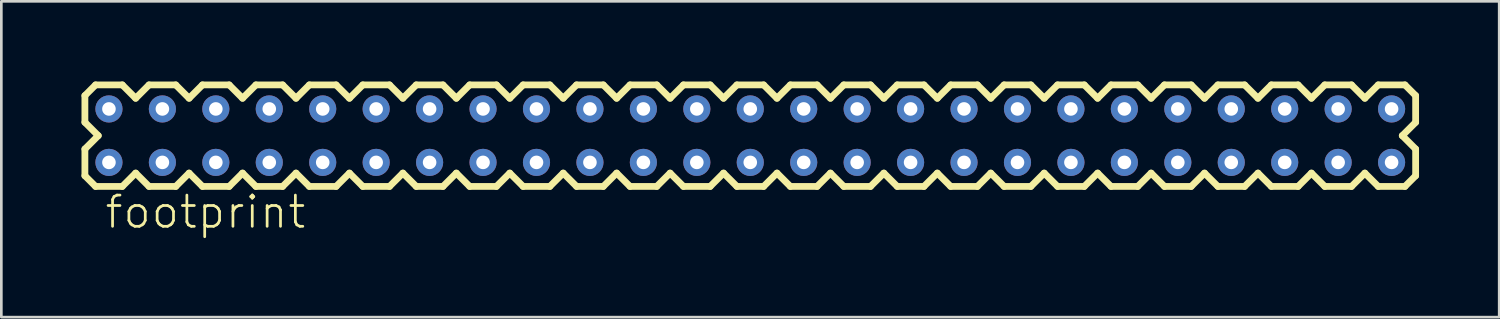
<source format=kicad_pcb>
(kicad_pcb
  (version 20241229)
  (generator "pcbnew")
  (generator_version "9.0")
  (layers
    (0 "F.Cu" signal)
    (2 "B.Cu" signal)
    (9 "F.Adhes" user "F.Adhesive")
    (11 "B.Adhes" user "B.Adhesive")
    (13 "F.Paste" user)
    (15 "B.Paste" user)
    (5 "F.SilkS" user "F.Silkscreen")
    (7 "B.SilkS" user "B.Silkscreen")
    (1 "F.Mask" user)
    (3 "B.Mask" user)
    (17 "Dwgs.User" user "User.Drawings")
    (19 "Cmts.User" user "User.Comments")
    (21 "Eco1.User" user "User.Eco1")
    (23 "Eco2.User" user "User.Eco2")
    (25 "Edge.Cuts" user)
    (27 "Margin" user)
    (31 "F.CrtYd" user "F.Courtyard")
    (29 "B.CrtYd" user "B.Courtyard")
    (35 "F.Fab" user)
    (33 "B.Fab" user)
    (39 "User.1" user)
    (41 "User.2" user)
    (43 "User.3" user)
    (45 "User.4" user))
  (footprint "footprint"
    (layer "F.Cu")
    (at 25.027 2.027)
    (property "Reference" "footprint" (at -24.21 3.54 0) (layer "F.SilkS") (effects (font (size 1.168 1.168) (thickness 0.102)) (justify left bottom)))
    (fp_line (start -24.9 -1.5) (end -24.9 -0.5) (stroke (width 0.254) (type solid)) (layer "F.SilkS"))
    (fp_line (start -24.9 -0.5) (end -24.4 0) (stroke (width 0.254) (type solid)) (layer "F.SilkS"))
    (fp_line (start -24.9 0.5) (end -24.9 1.5) (stroke (width 0.254) (type solid)) (layer "F.SilkS"))
    (fp_line (start -24.9 1.5) (end -24.5 1.9) (stroke (width 0.254) (type solid)) (layer "F.SilkS"))
    (fp_line (start -24.5 -1.9) (end -24.9 -1.5) (stroke (width 0.254) (type solid)) (layer "F.SilkS"))
    (fp_line (start -24.5 1.9) (end -23.5 1.9) (stroke (width 0.254) (type solid)) (layer "F.SilkS"))
    (fp_line (start -24.4 0) (end -24.9 0.5) (stroke (width 0.254) (type solid)) (layer "F.SilkS"))
    (fp_line (start -23.5 -1.9) (end -24.5 -1.9) (stroke (width 0.254) (type solid)) (layer "F.SilkS"))
    (fp_line (start -23.5 1.9) (end -23 1.4) (stroke (width 0.254) (type solid)) (layer "F.SilkS"))
    (fp_line (start -23 -1.4) (end -23.5 -1.9) (stroke (width 0.254) (type solid)) (layer "F.SilkS"))
    (fp_line (start -23 1.4) (end -22.5 1.9) (stroke (width 0.254) (type solid)) (layer "F.SilkS"))
    (fp_line (start -22.5 -1.9) (end -23 -1.4) (stroke (width 0.254) (type solid)) (layer "F.SilkS"))
    (fp_line (start -22.5 1.9) (end -21.5 1.9) (stroke (width 0.254) (type solid)) (layer "F.SilkS"))
    (fp_line (start -21.5 -1.9) (end -22.5 -1.9) (stroke (width 0.254) (type solid)) (layer "F.SilkS"))
    (fp_line (start -21.5 1.9) (end -21 1.4) (stroke (width 0.254) (type solid)) (layer "F.SilkS"))
    (fp_line (start -21 -1.4) (end -21.5 -1.9) (stroke (width 0.254) (type solid)) (layer "F.SilkS"))
    (fp_line (start -21 1.4) (end -20.5 1.9) (stroke (width 0.254) (type solid)) (layer "F.SilkS"))
    (fp_line (start -20.5 -1.9) (end -21 -1.4) (stroke (width 0.254) (type solid)) (layer "F.SilkS"))
    (fp_line (start -20.5 1.9) (end -19.5 1.9) (stroke (width 0.254) (type solid)) (layer "F.SilkS"))
    (fp_line (start -19.5 -1.9) (end -20.5 -1.9) (stroke (width 0.254) (type solid)) (layer "F.SilkS"))
    (fp_line (start -19.5 1.9) (end -19 1.4) (stroke (width 0.254) (type solid)) (layer "F.SilkS"))
    (fp_line (start -19 -1.4) (end -19.5 -1.9) (stroke (width 0.254) (type solid)) (layer "F.SilkS"))
    (fp_line (start -19 1.4) (end -18.5 1.9) (stroke (width 0.254) (type solid)) (layer "F.SilkS"))
    (fp_line (start -18.5 -1.9) (end -19 -1.4) (stroke (width 0.254) (type solid)) (layer "F.SilkS"))
    (fp_line (start -18.5 1.9) (end -17.5 1.9) (stroke (width 0.254) (type solid)) (layer "F.SilkS"))
    (fp_line (start -17.5 -1.9) (end -18.5 -1.9) (stroke (width 0.254) (type solid)) (layer "F.SilkS"))
    (fp_line (start -17.5 1.9) (end -17 1.4) (stroke (width 0.254) (type solid)) (layer "F.SilkS"))
    (fp_line (start -17 -1.4) (end -17.5 -1.9) (stroke (width 0.254) (type solid)) (layer "F.SilkS"))
    (fp_line (start -17 1.4) (end -16.5 1.9) (stroke (width 0.254) (type solid)) (layer "F.SilkS"))
    (fp_line (start -16.5 -1.9) (end -17 -1.4) (stroke (width 0.254) (type solid)) (layer "F.SilkS"))
    (fp_line (start -16.5 1.9) (end -15.5 1.9) (stroke (width 0.254) (type solid)) (layer "F.SilkS"))
    (fp_line (start -15.5 -1.9) (end -16.5 -1.9) (stroke (width 0.254) (type solid)) (layer "F.SilkS"))
    (fp_line (start -15.5 1.9) (end -15 1.4) (stroke (width 0.254) (type solid)) (layer "F.SilkS"))
    (fp_line (start -15 -1.4) (end -15.5 -1.9) (stroke (width 0.254) (type solid)) (layer "F.SilkS"))
    (fp_line (start -15 1.4) (end -14.5 1.9) (stroke (width 0.254) (type solid)) (layer "F.SilkS"))
    (fp_line (start -14.5 -1.9) (end -15 -1.4) (stroke (width 0.254) (type solid)) (layer "F.SilkS"))
    (fp_line (start -14.5 1.9) (end -13.5 1.9) (stroke (width 0.254) (type solid)) (layer "F.SilkS"))
    (fp_line (start -13.5 -1.9) (end -14.5 -1.9) (stroke (width 0.254) (type solid)) (layer "F.SilkS"))
    (fp_line (start -13.5 1.9) (end -13 1.4) (stroke (width 0.254) (type solid)) (layer "F.SilkS"))
    (fp_line (start -13 -1.4) (end -13.5 -1.9) (stroke (width 0.254) (type solid)) (layer "F.SilkS"))
    (fp_line (start -13 1.4) (end -12.5 1.9) (stroke (width 0.254) (type solid)) (layer "F.SilkS"))
    (fp_line (start -12.5 -1.9) (end -13 -1.4) (stroke (width 0.254) (type solid)) (layer "F.SilkS"))
    (fp_line (start -12.5 1.9) (end -11.5 1.9) (stroke (width 0.254) (type solid)) (layer "F.SilkS"))
    (fp_line (start -11.5 -1.9) (end -12.5 -1.9) (stroke (width 0.254) (type solid)) (layer "F.SilkS"))
    (fp_line (start -11.5 1.9) (end -11 1.4) (stroke (width 0.254) (type solid)) (layer "F.SilkS"))
    (fp_line (start -11 -1.4) (end -11.5 -1.9) (stroke (width 0.254) (type solid)) (layer "F.SilkS"))
    (fp_line (start -11 1.4) (end -10.5 1.9) (stroke (width 0.254) (type solid)) (layer "F.SilkS"))
    (fp_line (start -10.5 -1.9) (end -11 -1.4) (stroke (width 0.254) (type solid)) (layer "F.SilkS"))
    (fp_line (start -10.5 1.9) (end -9.5 1.9) (stroke (width 0.254) (type solid)) (layer "F.SilkS"))
    (fp_line (start -9.5 -1.9) (end -10.5 -1.9) (stroke (width 0.254) (type solid)) (layer "F.SilkS"))
    (fp_line (start -9.5 1.9) (end -9 1.4) (stroke (width 0.254) (type solid)) (layer "F.SilkS"))
    (fp_line (start -9 -1.4) (end -9.5 -1.9) (stroke (width 0.254) (type solid)) (layer "F.SilkS"))
    (fp_line (start -9 1.4) (end -8.5 1.9) (stroke (width 0.254) (type solid)) (layer "F.SilkS"))
    (fp_line (start -8.5 -1.9) (end -9 -1.4) (stroke (width 0.254) (type solid)) (layer "F.SilkS"))
    (fp_line (start -8.5 1.9) (end -7.5 1.9) (stroke (width 0.254) (type solid)) (layer "F.SilkS"))
    (fp_line (start -7.5 -1.9) (end -8.5 -1.9) (stroke (width 0.254) (type solid)) (layer "F.SilkS"))
    (fp_line (start -7.5 1.9) (end -7 1.4) (stroke (width 0.254) (type solid)) (layer "F.SilkS"))
    (fp_line (start -7 -1.4) (end -7.5 -1.9) (stroke (width 0.254) (type solid)) (layer "F.SilkS"))
    (fp_line (start -7 1.4) (end -6.5 1.9) (stroke (width 0.254) (type solid)) (layer "F.SilkS"))
    (fp_line (start -6.5 -1.9) (end -7 -1.4) (stroke (width 0.254) (type solid)) (layer "F.SilkS"))
    (fp_line (start -6.5 1.9) (end -5.5 1.9) (stroke (width 0.254) (type solid)) (layer "F.SilkS"))
    (fp_line (start -5.5 -1.9) (end -6.5 -1.9) (stroke (width 0.254) (type solid)) (layer "F.SilkS"))
    (fp_line (start -5.5 1.9) (end -5 1.4) (stroke (width 0.254) (type solid)) (layer "F.SilkS"))
    (fp_line (start -5 -1.4) (end -5.5 -1.9) (stroke (width 0.254) (type solid)) (layer "F.SilkS"))
    (fp_line (start -5 1.4) (end -4.5 1.9) (stroke (width 0.254) (type solid)) (layer "F.SilkS"))
    (fp_line (start -4.5 -1.9) (end -5 -1.4) (stroke (width 0.254) (type solid)) (layer "F.SilkS"))
    (fp_line (start -4.5 1.9) (end -3.5 1.9) (stroke (width 0.254) (type solid)) (layer "F.SilkS"))
    (fp_line (start -3.5 -1.9) (end -4.5 -1.9) (stroke (width 0.254) (type solid)) (layer "F.SilkS"))
    (fp_line (start -3.5 1.9) (end -3 1.4) (stroke (width 0.254) (type solid)) (layer "F.SilkS"))
    (fp_line (start -3 -1.4) (end -3.5 -1.9) (stroke (width 0.254) (type solid)) (layer "F.SilkS"))
    (fp_line (start -3 1.4) (end -2.5 1.9) (stroke (width 0.254) (type solid)) (layer "F.SilkS"))
    (fp_line (start -2.5 -1.9) (end -3 -1.4) (stroke (width 0.254) (type solid)) (layer "F.SilkS"))
    (fp_line (start -2.5 1.9) (end -1.5 1.9) (stroke (width 0.254) (type solid)) (layer "F.SilkS"))
    (fp_line (start -1.5 -1.9) (end -2.5 -1.9) (stroke (width 0.254) (type solid)) (layer "F.SilkS"))
    (fp_line (start -1.5 1.9) (end -1 1.4) (stroke (width 0.254) (type solid)) (layer "F.SilkS"))
    (fp_line (start -1 -1.4) (end -1.5 -1.9) (stroke (width 0.254) (type solid)) (layer "F.SilkS"))
    (fp_line (start -1 1.4) (end -0.5 1.9) (stroke (width 0.254) (type solid)) (layer "F.SilkS"))
    (fp_line (start -0.5 -1.9) (end -1 -1.4) (stroke (width 0.254) (type solid)) (layer "F.SilkS"))
    (fp_line (start -0.5 1.9) (end 0.5 1.9) (stroke (width 0.254) (type solid)) (layer "F.SilkS"))
    (fp_line (start 0.5 -1.9) (end -0.5 -1.9) (stroke (width 0.254) (type solid)) (layer "F.SilkS"))
    (fp_line (start 0.5 1.9) (end 1 1.4) (stroke (width 0.254) (type solid)) (layer "F.SilkS"))
    (fp_line (start 1 -1.4) (end 0.5 -1.9) (stroke (width 0.254) (type solid)) (layer "F.SilkS"))
    (fp_line (start 1 1.4) (end 1.5 1.9) (stroke (width 0.254) (type solid)) (layer "F.SilkS"))
    (fp_line (start 1.5 -1.9) (end 1 -1.4) (stroke (width 0.254) (type solid)) (layer "F.SilkS"))
    (fp_line (start 1.5 1.9) (end 2.5 1.9) (stroke (width 0.254) (type solid)) (layer "F.SilkS"))
    (fp_line (start 2.5 -1.9) (end 1.5 -1.9) (stroke (width 0.254) (type solid)) (layer "F.SilkS"))
    (fp_line (start 2.5 1.9) (end 3 1.4) (stroke (width 0.254) (type solid)) (layer "F.SilkS"))
    (fp_line (start 3 -1.4) (end 2.5 -1.9) (stroke (width 0.254) (type solid)) (layer "F.SilkS"))
    (fp_line (start 3 1.4) (end 3.5 1.9) (stroke (width 0.254) (type solid)) (layer "F.SilkS"))
    (fp_line (start 3.5 -1.9) (end 3 -1.4) (stroke (width 0.254) (type solid)) (layer "F.SilkS"))
    (fp_line (start 3.5 1.9) (end 4.5 1.9) (stroke (width 0.254) (type solid)) (layer "F.SilkS"))
    (fp_line (start 4.5 -1.9) (end 3.5 -1.9) (stroke (width 0.254) (type solid)) (layer "F.SilkS"))
    (fp_line (start 4.5 1.9) (end 5 1.4) (stroke (width 0.254) (type solid)) (layer "F.SilkS"))
    (fp_line (start 5 -1.4) (end 4.5 -1.9) (stroke (width 0.254) (type solid)) (layer "F.SilkS"))
    (fp_line (start 5 1.4) (end 5.5 1.9) (stroke (width 0.254) (type solid)) (layer "F.SilkS"))
    (fp_line (start 5.5 -1.9) (end 5 -1.4) (stroke (width 0.254) (type solid)) (layer "F.SilkS"))
    (fp_line (start 5.5 1.9) (end 6.5 1.9) (stroke (width 0.254) (type solid)) (layer "F.SilkS"))
    (fp_line (start 6.5 -1.9) (end 5.5 -1.9) (stroke (width 0.254) (type solid)) (layer "F.SilkS"))
    (fp_line (start 6.5 1.9) (end 7 1.4) (stroke (width 0.254) (type solid)) (layer "F.SilkS"))
    (fp_line (start 7 -1.4) (end 6.5 -1.9) (stroke (width 0.254) (type solid)) (layer "F.SilkS"))
    (fp_line (start 7 1.4) (end 7.5 1.9) (stroke (width 0.254) (type solid)) (layer "F.SilkS"))
    (fp_line (start 7.5 -1.9) (end 7 -1.4) (stroke (width 0.254) (type solid)) (layer "F.SilkS"))
    (fp_line (start 7.5 1.9) (end 8.5 1.9) (stroke (width 0.254) (type solid)) (layer "F.SilkS"))
    (fp_line (start 8.5 -1.9) (end 7.5 -1.9) (stroke (width 0.254) (type solid)) (layer "F.SilkS"))
    (fp_line (start 8.5 1.9) (end 9 1.4) (stroke (width 0.254) (type solid)) (layer "F.SilkS"))
    (fp_line (start 9 -1.4) (end 8.5 -1.9) (stroke (width 0.254) (type solid)) (layer "F.SilkS"))
    (fp_line (start 9 1.4) (end 9.5 1.9) (stroke (width 0.254) (type solid)) (layer "F.SilkS"))
    (fp_line (start 9.5 -1.9) (end 9 -1.4) (stroke (width 0.254) (type solid)) (layer "F.SilkS"))
    (fp_line (start 9.5 1.9) (end 10.5 1.9) (stroke (width 0.254) (type solid)) (layer "F.SilkS"))
    (fp_line (start 10.5 -1.9) (end 9.5 -1.9) (stroke (width 0.254) (type solid)) (layer "F.SilkS"))
    (fp_line (start 10.5 1.9) (end 11 1.4) (stroke (width 0.254) (type solid)) (layer "F.SilkS"))
    (fp_line (start 11 -1.4) (end 10.5 -1.9) (stroke (width 0.254) (type solid)) (layer "F.SilkS"))
    (fp_line (start 11 1.4) (end 11.5 1.9) (stroke (width 0.254) (type solid)) (layer "F.SilkS"))
    (fp_line (start 11.5 -1.9) (end 11 -1.4) (stroke (width 0.254) (type solid)) (layer "F.SilkS"))
    (fp_line (start 11.5 1.9) (end 12.5 1.9) (stroke (width 0.254) (type solid)) (layer "F.SilkS"))
    (fp_line (start 12.5 -1.9) (end 11.5 -1.9) (stroke (width 0.254) (type solid)) (layer "F.SilkS"))
    (fp_line (start 12.5 1.9) (end 13 1.4) (stroke (width 0.254) (type solid)) (layer "F.SilkS"))
    (fp_line (start 13 -1.4) (end 12.5 -1.9) (stroke (width 0.254) (type solid)) (layer "F.SilkS"))
    (fp_line (start 13 1.4) (end 13.5 1.9) (stroke (width 0.254) (type solid)) (layer "F.SilkS"))
    (fp_line (start 13.5 -1.9) (end 13 -1.4) (stroke (width 0.254) (type solid)) (layer "F.SilkS"))
    (fp_line (start 13.5 1.9) (end 14.5 1.9) (stroke (width 0.254) (type solid)) (layer "F.SilkS"))
    (fp_line (start 14.5 -1.9) (end 13.5 -1.9) (stroke (width 0.254) (type solid)) (layer "F.SilkS"))
    (fp_line (start 14.5 1.9) (end 15 1.4) (stroke (width 0.254) (type solid)) (layer "F.SilkS"))
    (fp_line (start 15 -1.4) (end 14.5 -1.9) (stroke (width 0.254) (type solid)) (layer "F.SilkS"))
    (fp_line (start 15 1.4) (end 15.5 1.9) (stroke (width 0.254) (type solid)) (layer "F.SilkS"))
    (fp_line (start 15.5 -1.9) (end 15 -1.4) (stroke (width 0.254) (type solid)) (layer "F.SilkS"))
    (fp_line (start 15.5 1.9) (end 16.5 1.9) (stroke (width 0.254) (type solid)) (layer "F.SilkS"))
    (fp_line (start 16.5 -1.9) (end 15.5 -1.9) (stroke (width 0.254) (type solid)) (layer "F.SilkS"))
    (fp_line (start 16.5 1.9) (end 17 1.4) (stroke (width 0.254) (type solid)) (layer "F.SilkS"))
    (fp_line (start 17 -1.4) (end 16.5 -1.9) (stroke (width 0.254) (type solid)) (layer "F.SilkS"))
    (fp_line (start 17 1.4) (end 17.5 1.9) (stroke (width 0.254) (type solid)) (layer "F.SilkS"))
    (fp_line (start 17.5 -1.9) (end 17 -1.4) (stroke (width 0.254) (type solid)) (layer "F.SilkS"))
    (fp_line (start 17.5 1.9) (end 18.5 1.9) (stroke (width 0.254) (type solid)) (layer "F.SilkS"))
    (fp_line (start 18.5 -1.9) (end 17.5 -1.9) (stroke (width 0.254) (type solid)) (layer "F.SilkS"))
    (fp_line (start 18.5 1.9) (end 19 1.4) (stroke (width 0.254) (type solid)) (layer "F.SilkS"))
    (fp_line (start 19 -1.4) (end 18.5 -1.9) (stroke (width 0.254) (type solid)) (layer "F.SilkS"))
    (fp_line (start 19 1.4) (end 19.5 1.9) (stroke (width 0.254) (type solid)) (layer "F.SilkS"))
    (fp_line (start 19.5 -1.9) (end 19 -1.4) (stroke (width 0.254) (type solid)) (layer "F.SilkS"))
    (fp_line (start 19.5 1.9) (end 20.5 1.9) (stroke (width 0.254) (type solid)) (layer "F.SilkS"))
    (fp_line (start 20.5 -1.9) (end 19.5 -1.9) (stroke (width 0.254) (type solid)) (layer "F.SilkS"))
    (fp_line (start 20.5 1.9) (end 21 1.4) (stroke (width 0.254) (type solid)) (layer "F.SilkS"))
    (fp_line (start 21 -1.4) (end 20.5 -1.9) (stroke (width 0.254) (type solid)) (layer "F.SilkS"))
    (fp_line (start 21 1.4) (end 21.5 1.9) (stroke (width 0.254) (type solid)) (layer "F.SilkS"))
    (fp_line (start 21.5 -1.9) (end 21 -1.4) (stroke (width 0.254) (type solid)) (layer "F.SilkS"))
    (fp_line (start 21.5 1.9) (end 22.5 1.9) (stroke (width 0.254) (type solid)) (layer "F.SilkS"))
    (fp_line (start 22.5 -1.9) (end 21.5 -1.9) (stroke (width 0.254) (type solid)) (layer "F.SilkS"))
    (fp_line (start 22.5 1.9) (end 23 1.4) (stroke (width 0.254) (type solid)) (layer "F.SilkS"))
    (fp_line (start 23 -1.4) (end 22.5 -1.9) (stroke (width 0.254) (type solid)) (layer "F.SilkS"))
    (fp_line (start 23 1.4) (end 23.5 1.9) (stroke (width 0.254) (type solid)) (layer "F.SilkS"))
    (fp_line (start 23.5 -1.9) (end 23 -1.4) (stroke (width 0.254) (type solid)) (layer "F.SilkS"))
    (fp_line (start 23.5 1.9) (end 24.5 1.9) (stroke (width 0.254) (type solid)) (layer "F.SilkS"))
    (fp_line (start 24.4 0) (end 24.9 -0.5) (stroke (width 0.254) (type solid)) (layer "F.SilkS"))
    (fp_line (start 24.5 -1.9) (end 23.5 -1.9) (stroke (width 0.254) (type solid)) (layer "F.SilkS"))
    (fp_line (start 24.5 1.9) (end 24.9 1.5) (stroke (width 0.254) (type solid)) (layer "F.SilkS"))
    (fp_line (start 24.9 -1.5) (end 24.5 -1.9) (stroke (width 0.254) (type solid)) (layer "F.SilkS"))
    (fp_line (start 24.9 -0.5) (end 24.9 -1.5) (stroke (width 0.254) (type solid)) (layer "F.SilkS"))
    (fp_line (start 24.9 0.5) (end 24.4 0) (stroke (width 0.254) (type solid)) (layer "F.SilkS"))
    (fp_line (start 24.9 1.5) (end 24.9 0.5) (stroke (width 0.254) (type solid)) (layer "F.SilkS"))
    (pad "A1" thru_hole circle (at -24 1) (size 1.016 1.016) (drill 0.508) (layers "*.Cu" "*.Mask"))
    (pad "A2" thru_hole circle (at -22 1) (size 1.016 1.016) (drill 0.508) (layers "*.Cu" "*.Mask"))
    (pad "A3" thru_hole circle (at -20 1) (size 1.016 1.016) (drill 0.508) (layers "*.Cu" "*.Mask"))
    (pad "A4" thru_hole circle (at -18 1) (size 1.016 1.016) (drill 0.508) (layers "*.Cu" "*.Mask"))
    (pad "A5" thru_hole circle (at -16 1) (size 1.016 1.016) (drill 0.508) (layers "*.Cu" "*.Mask"))
    (pad "A6" thru_hole circle (at -14 1) (size 1.016 1.016) (drill 0.508) (layers "*.Cu" "*.Mask"))
    (pad "A7" thru_hole circle (at -12 1) (size 1.016 1.016) (drill 0.508) (layers "*.Cu" "*.Mask"))
    (pad "A8" thru_hole circle (at -10 1) (size 1.016 1.016) (drill 0.508) (layers "*.Cu" "*.Mask"))
    (pad "A9" thru_hole circle (at -8 1) (size 1.016 1.016) (drill 0.508) (layers "*.Cu" "*.Mask"))
    (pad "A10" thru_hole circle (at -6 1) (size 1.016 1.016) (drill 0.508) (layers "*.Cu" "*.Mask"))
    (pad "A11" thru_hole circle (at -4 1) (size 1.016 1.016) (drill 0.508) (layers "*.Cu" "*.Mask"))
    (pad "A12" thru_hole circle (at -2 1) (size 1.016 1.016) (drill 0.508) (layers "*.Cu" "*.Mask"))
    (pad "A13" thru_hole circle (at 0 1) (size 1.016 1.016) (drill 0.508) (layers "*.Cu" "*.Mask"))
    (pad "A14" thru_hole circle (at 2 1) (size 1.016 1.016) (drill 0.508) (layers "*.Cu" "*.Mask"))
    (pad "A15" thru_hole circle (at 4 1) (size 1.016 1.016) (drill 0.508) (layers "*.Cu" "*.Mask"))
    (pad "A16" thru_hole circle (at 6 1) (size 1.016 1.016) (drill 0.508) (layers "*.Cu" "*.Mask"))
    (pad "A17" thru_hole circle (at 8 1) (size 1.016 1.016) (drill 0.508) (layers "*.Cu" "*.Mask"))
    (pad "A18" thru_hole circle (at 10 1) (size 1.016 1.016) (drill 0.508) (layers "*.Cu" "*.Mask"))
    (pad "A19" thru_hole circle (at 12 1) (size 1.016 1.016) (drill 0.508) (layers "*.Cu" "*.Mask"))
    (pad "A20" thru_hole circle (at 14 1) (size 1.016 1.016) (drill 0.508) (layers "*.Cu" "*.Mask"))
    (pad "A21" thru_hole circle (at 16 1) (size 1.016 1.016) (drill 0.508) (layers "*.Cu" "*.Mask"))
    (pad "A22" thru_hole circle (at 18 1) (size 1.016 1.016) (drill 0.508) (layers "*.Cu" "*.Mask"))
    (pad "A23" thru_hole circle (at 20 1) (size 1.016 1.016) (drill 0.508) (layers "*.Cu" "*.Mask"))
    (pad "A24" thru_hole circle (at 22 1) (size 1.016 1.016) (drill 0.508) (layers "*.Cu" "*.Mask"))
    (pad "A25" thru_hole circle (at 24 1) (size 1.016 1.016) (drill 0.508) (layers "*.Cu" "*.Mask"))
    (pad "B1" thru_hole circle (at -24 -1) (size 1.016 1.016) (drill 0.508) (layers "*.Cu" "*.Mask"))
    (pad "B2" thru_hole circle (at -22 -1) (size 1.016 1.016) (drill 0.508) (layers "*.Cu" "*.Mask"))
    (pad "B3" thru_hole circle (at -20 -1) (size 1.016 1.016) (drill 0.508) (layers "*.Cu" "*.Mask"))
    (pad "B4" thru_hole circle (at -18 -1) (size 1.016 1.016) (drill 0.508) (layers "*.Cu" "*.Mask"))
    (pad "B5" thru_hole circle (at -16 -1) (size 1.016 1.016) (drill 0.508) (layers "*.Cu" "*.Mask"))
    (pad "B6" thru_hole circle (at -14 -1) (size 1.016 1.016) (drill 0.508) (layers "*.Cu" "*.Mask"))
    (pad "B7" thru_hole circle (at -12 -1) (size 1.016 1.016) (drill 0.508) (layers "*.Cu" "*.Mask"))
    (pad "B8" thru_hole circle (at -10 -1) (size 1.016 1.016) (drill 0.508) (layers "*.Cu" "*.Mask"))
    (pad "B9" thru_hole circle (at -8 -1) (size 1.016 1.016) (drill 0.508) (layers "*.Cu" "*.Mask"))
    (pad "B10" thru_hole circle (at -6 -1) (size 1.016 1.016) (drill 0.508) (layers "*.Cu" "*.Mask"))
    (pad "B11" thru_hole circle (at -4 -1) (size 1.016 1.016) (drill 0.508) (layers "*.Cu" "*.Mask"))
    (pad "B12" thru_hole circle (at -2 -1) (size 1.016 1.016) (drill 0.508) (layers "*.Cu" "*.Mask"))
    (pad "B13" thru_hole circle (at 0 -1) (size 1.016 1.016) (drill 0.508) (layers "*.Cu" "*.Mask"))
    (pad "B14" thru_hole circle (at 2 -1) (size 1.016 1.016) (drill 0.508) (layers "*.Cu" "*.Mask"))
    (pad "B15" thru_hole circle (at 4 -1) (size 1.016 1.016) (drill 0.508) (layers "*.Cu" "*.Mask"))
    (pad "B16" thru_hole circle (at 6 -1) (size 1.016 1.016) (drill 0.508) (layers "*.Cu" "*.Mask"))
    (pad "B17" thru_hole circle (at 8 -1) (size 1.016 1.016) (drill 0.508) (layers "*.Cu" "*.Mask"))
    (pad "B18" thru_hole circle (at 10 -1) (size 1.016 1.016) (drill 0.508) (layers "*.Cu" "*.Mask"))
    (pad "B19" thru_hole circle (at 12 -1) (size 1.016 1.016) (drill 0.508) (layers "*.Cu" "*.Mask"))
    (pad "B20" thru_hole circle (at 14 -1) (size 1.016 1.016) (drill 0.508) (layers "*.Cu" "*.Mask"))
    (pad "B21" thru_hole circle (at 16 -1) (size 1.016 1.016) (drill 0.508) (layers "*.Cu" "*.Mask"))
    (pad "B22" thru_hole circle (at 18 -1) (size 1.016 1.016) (drill 0.508) (layers "*.Cu" "*.Mask"))
    (pad "B23" thru_hole circle (at 20 -1) (size 1.016 1.016) (drill 0.508) (layers "*.Cu" "*.Mask"))
    (pad "B24" thru_hole circle (at 22 -1) (size 1.016 1.016) (drill 0.508) (layers "*.Cu" "*.Mask"))
    (pad "B25" thru_hole circle (at 24 -1) (size 1.016 1.016) (drill 0.508) (layers "*.Cu" "*.Mask")))
  (gr_rect
    (start -3 -3)
    (end 53.054 8.817)
    (stroke (width 0.1) (type default))
    (fill no)
    (layer "Edge.Cuts")))
</source>
